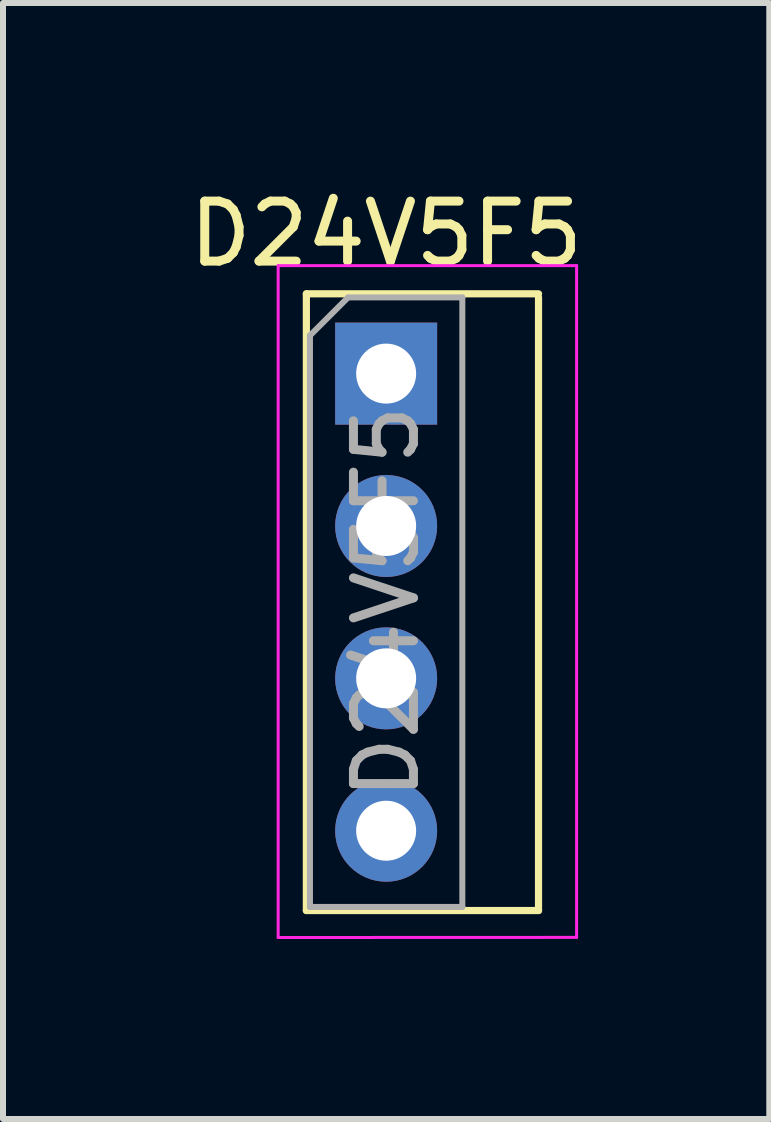
<source format=kicad_pcb>
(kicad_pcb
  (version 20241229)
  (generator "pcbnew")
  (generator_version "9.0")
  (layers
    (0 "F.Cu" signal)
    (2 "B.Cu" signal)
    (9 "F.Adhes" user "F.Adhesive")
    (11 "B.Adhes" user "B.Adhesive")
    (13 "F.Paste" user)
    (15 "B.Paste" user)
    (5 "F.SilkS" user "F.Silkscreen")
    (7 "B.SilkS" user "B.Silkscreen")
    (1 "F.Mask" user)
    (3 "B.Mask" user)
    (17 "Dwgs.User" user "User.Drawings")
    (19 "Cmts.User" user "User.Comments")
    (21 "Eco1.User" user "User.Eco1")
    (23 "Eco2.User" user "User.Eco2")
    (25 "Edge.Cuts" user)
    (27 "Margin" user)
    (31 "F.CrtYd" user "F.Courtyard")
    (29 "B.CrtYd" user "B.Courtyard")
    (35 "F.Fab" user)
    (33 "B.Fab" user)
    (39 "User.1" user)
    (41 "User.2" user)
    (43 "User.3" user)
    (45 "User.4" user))
  (footprint "D24V5F5"
    (layer "F.Cu")
    (at 3.387 3.178)
    (property "Reference" "D24V5F5" (at 0 -2.33 0) (layer "F.SilkS") (effects (font (size 1 1) (thickness 0.15))))
    (attr through_hole)
    (fp_line (start -1.33 -1.33) (end -1.33 8.95) (stroke (width 0.12) (type solid)) (layer "F.SilkS"))
    (fp_line (start -1.33 -1.33) (end 2.54 -1.33) (stroke (width 0.12) (type solid)) (layer "F.SilkS"))
    (fp_line (start -1.33 8.95) (end 2.54 8.95) (stroke (width 0.12) (type solid)) (layer "F.SilkS"))
    (fp_line (start 2.54 -1.27) (end 2.54 8.95) (stroke (width 0.12) (type solid)) (layer "F.SilkS"))
    (fp_line (start -1.8 -1.8) (end -1.8 9.4) (stroke (width 0.05) (type solid)) (layer "F.CrtYd"))
    (fp_line (start -1.8 9.4) (end 3.175 9.398) (stroke (width 0.05) (type solid)) (layer "F.CrtYd"))
    (fp_line (start 3.175 -1.8) (end -1.8 -1.8) (stroke (width 0.05) (type solid)) (layer "F.CrtYd"))
    (fp_line (start 3.175 9.4) (end 3.175 -1.8) (stroke (width 0.05) (type solid)) (layer "F.CrtYd"))
    (fp_line (start -1.27 -0.635) (end -0.635 -1.27) (stroke (width 0.1) (type solid)) (layer "F.Fab"))
    (fp_line (start -1.27 8.89) (end -1.27 -0.635) (stroke (width 0.1) (type solid)) (layer "F.Fab"))
    (fp_line (start -0.635 -1.27) (end 1.27 -1.27) (stroke (width 0.1) (type solid)) (layer "F.Fab"))
    (fp_line (start 1.27 -1.27) (end 1.27 8.89) (stroke (width 0.1) (type solid)) (layer "F.Fab"))
    (fp_line (start 1.27 8.89) (end -1.27 8.89) (stroke (width 0.1) (type solid)) (layer "F.Fab"))
    (fp_text user "${REFERENCE}" (at 0 3.81 90) (layer "F.Fab") (effects (font (size 1 1) (thickness 0.15))))
    (pad "1" thru_hole rect (at 0 0) (size 1.7 1.7) (drill 1) (layers "*.Cu" "*.Mask"))
    (pad "2" thru_hole oval (at 0 2.54) (size 1.7 1.7) (drill 1) (layers "*.Cu" "*.Mask"))
    (pad "3" thru_hole oval (at 0 5.08) (size 1.7 1.7) (drill 1) (layers "*.Cu" "*.Mask"))
    (pad "4" thru_hole oval (at 0 7.62) (size 1.7 1.7) (drill 1) (layers "*.Cu" "*.Mask")))
  (gr_rect
    (start -3 -3)
    (end 9.774 15.603)
    (stroke (width 0.1) (type default))
    (fill no)
    (layer "Edge.Cuts")))
</source>
